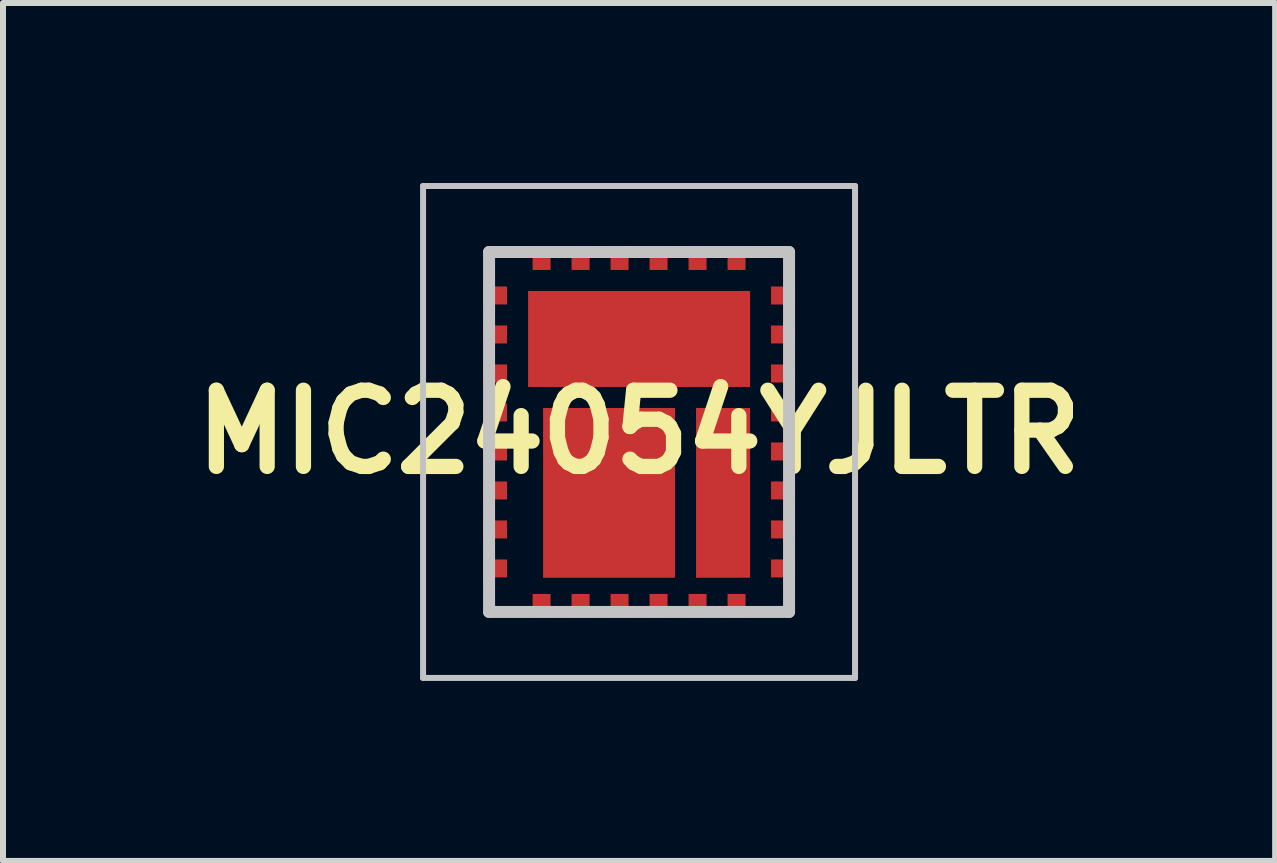
<source format=kicad_pcb>
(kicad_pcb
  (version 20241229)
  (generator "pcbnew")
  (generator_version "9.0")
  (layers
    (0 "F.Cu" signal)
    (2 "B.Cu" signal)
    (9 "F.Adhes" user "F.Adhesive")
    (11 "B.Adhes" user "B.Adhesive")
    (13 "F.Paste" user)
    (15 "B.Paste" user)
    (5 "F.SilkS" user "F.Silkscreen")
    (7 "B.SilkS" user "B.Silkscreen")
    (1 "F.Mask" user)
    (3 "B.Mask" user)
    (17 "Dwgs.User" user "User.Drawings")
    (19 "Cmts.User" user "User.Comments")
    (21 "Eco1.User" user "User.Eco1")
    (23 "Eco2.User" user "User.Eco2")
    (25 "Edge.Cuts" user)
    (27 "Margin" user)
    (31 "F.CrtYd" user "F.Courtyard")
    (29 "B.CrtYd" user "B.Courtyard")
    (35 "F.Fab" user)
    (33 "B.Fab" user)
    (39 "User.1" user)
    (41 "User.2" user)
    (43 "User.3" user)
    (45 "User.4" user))
  (footprint "MIC24054YJLTR"
    (layer "F.Cu")
    (at 7.602 4.15)
    (property "Reference" "MIC24054YJLTR" (at 0 0 0) (layer "F.SilkS") (effects (font (size 1.27 1.27) (thickness 0.254))))
    (attr smd)
    (fp_line (start -2.5 -3) (end -2.5 -2.6) (stroke (width 0.1) (type solid)) (layer "F.SilkS"))
    (fp_line (start -2.5 2.6) (end -2.5 3) (stroke (width 0.1) (type solid)) (layer "F.SilkS"))
    (fp_line (start -2.5 3) (end -1.9 3) (stroke (width 0.1) (type solid)) (layer "F.SilkS"))
    (fp_line (start -1.9 -3) (end -2.5 -3) (stroke (width 0.1) (type solid)) (layer "F.SilkS"))
    (fp_line (start 1.9 -3) (end 2.5 -3) (stroke (width 0.1) (type solid)) (layer "F.SilkS"))
    (fp_line (start 1.9 3) (end 2.5 3) (stroke (width 0.1) (type solid)) (layer "F.SilkS"))
    (fp_line (start 2.5 -3) (end 2.5 -2.6) (stroke (width 0.1) (type solid)) (layer "F.SilkS"))
    (fp_line (start 2.5 3) (end 2.5 2.6) (stroke (width 0.1) (type solid)) (layer "F.SilkS"))
    (fp_line (start -3.6 -4.1) (end 3.6 -4.1) (stroke (width 0.1) (type solid)) (layer "Dwgs.User"))
    (fp_line (start -3.6 4.1) (end -3.6 -4.1) (stroke (width 0.1) (type solid)) (layer "Dwgs.User"))
    (fp_line (start -2.5 -3) (end 2.5 -3) (stroke (width 0.2) (type solid)) (layer "Dwgs.User"))
    (fp_line (start -2.5 3) (end -2.5 -3) (stroke (width 0.2) (type solid)) (layer "Dwgs.User"))
    (fp_line (start 2.5 -3) (end 2.5 3) (stroke (width 0.2) (type solid)) (layer "Dwgs.User"))
    (fp_line (start 2.5 3) (end -2.5 3) (stroke (width 0.2) (type solid)) (layer "Dwgs.User"))
    (fp_line (start 3.6 -4.1) (end 3.6 4.1) (stroke (width 0.1) (type solid)) (layer "Dwgs.User"))
    (fp_line (start 3.6 4.1) (end -3.6 4.1) (stroke (width 0.1) (type solid)) (layer "Dwgs.User"))
    (pad "1" smd rect (at -2.4 -2.275 90) (size 0.3 0.4) (layers "F.Cu" "F.Mask" "F.Paste"))
    (pad "2" smd rect (at -2.4 -1.625 90) (size 0.3 0.4) (layers "F.Cu" "F.Mask" "F.Paste"))
    (pad "3" smd rect (at -2.4 -0.975 90) (size 0.3 0.4) (layers "F.Cu" "F.Mask" "F.Paste"))
    (pad "4" smd rect (at -2.4 -0.325 90) (size 0.3 0.4) (layers "F.Cu" "F.Mask" "F.Paste"))
    (pad "5" smd rect (at -2.4 0.325 90) (size 0.3 0.4) (layers "F.Cu" "F.Mask" "F.Paste"))
    (pad "6" smd rect (at -2.4 0.975 90) (size 0.3 0.4) (layers "F.Cu" "F.Mask" "F.Paste"))
    (pad "7" smd rect (at -2.4 1.625 90) (size 0.3 0.4) (layers "F.Cu" "F.Mask" "F.Paste"))
    (pad "8" smd rect (at -2.4 2.275 90) (size 0.3 0.4) (layers "F.Cu" "F.Mask" "F.Paste"))
    (pad "9" smd rect (at -1.625 2.9) (size 0.3 0.4) (layers "F.Cu" "F.Mask" "F.Paste"))
    (pad "10" smd rect (at -0.975 2.9) (size 0.3 0.4) (layers "F.Cu" "F.Mask" "F.Paste"))
    (pad "11" smd rect (at -0.325 2.9) (size 0.3 0.4) (layers "F.Cu" "F.Mask" "F.Paste"))
    (pad "12" smd rect (at 0.325 2.9) (size 0.3 0.4) (layers "F.Cu" "F.Mask" "F.Paste"))
    (pad "13" smd rect (at 0.975 2.9) (size 0.3 0.4) (layers "F.Cu" "F.Mask" "F.Paste"))
    (pad "14" smd rect (at 1.625 2.9) (size 0.3 0.4) (layers "F.Cu" "F.Mask" "F.Paste"))
    (pad "15" smd rect (at 2.4 2.275 90) (size 0.3 0.4) (layers "F.Cu" "F.Mask" "F.Paste"))
    (pad "16" smd rect (at 2.4 1.625 90) (size 0.3 0.4) (layers "F.Cu" "F.Mask" "F.Paste"))
    (pad "17" smd rect (at 2.4 0.975 90) (size 0.3 0.4) (layers "F.Cu" "F.Mask" "F.Paste"))
    (pad "18" smd rect (at 2.4 0.325 90) (size 0.3 0.4) (layers "F.Cu" "F.Mask" "F.Paste"))
    (pad "19" smd rect (at 2.4 -0.325 90) (size 0.3 0.4) (layers "F.Cu" "F.Mask" "F.Paste"))
    (pad "20" smd rect (at 2.4 -0.975 90) (size 0.3 0.4) (layers "F.Cu" "F.Mask" "F.Paste"))
    (pad "21" smd rect (at 2.4 -1.625 90) (size 0.3 0.4) (layers "F.Cu" "F.Mask" "F.Paste"))
    (pad "22" smd rect (at 2.4 -2.275 90) (size 0.3 0.4) (layers "F.Cu" "F.Mask" "F.Paste"))
    (pad "23" smd rect (at 1.625 -2.9) (size 0.3 0.4) (layers "F.Cu" "F.Mask" "F.Paste"))
    (pad "24" smd rect (at 0.975 -2.9) (size 0.3 0.4) (layers "F.Cu" "F.Mask" "F.Paste"))
    (pad "25" smd rect (at 0.325 -2.9) (size 0.3 0.4) (layers "F.Cu" "F.Mask" "F.Paste"))
    (pad "26" smd rect (at -0.325 -2.9) (size 0.3 0.4) (layers "F.Cu" "F.Mask" "F.Paste"))
    (pad "27" smd rect (at -0.975 -2.9) (size 0.3 0.4) (layers "F.Cu" "F.Mask" "F.Paste"))
    (pad "28" smd rect (at -1.625 -2.9) (size 0.3 0.4) (layers "F.Cu" "F.Mask" "F.Paste"))
    (pad "29" smd rect (at -0.5 1.015) (size 2.2 2.83) (layers "F.Cu" "F.Mask" "F.Paste"))
    (pad "30" smd rect (at 1.4 1.015) (size 0.9 2.83) (layers "F.Cu" "F.Mask" "F.Paste"))
    (pad "31" smd rect (at 0 -1.55 90) (size 1.6 3.7) (layers "F.Cu" "F.Mask" "F.Paste")))
  (gr_rect
    (start -3 -3)
    (end 18.204 11.3)
    (stroke (width 0.1) (type default))
    (fill no)
    (layer "Edge.Cuts")))
</source>
